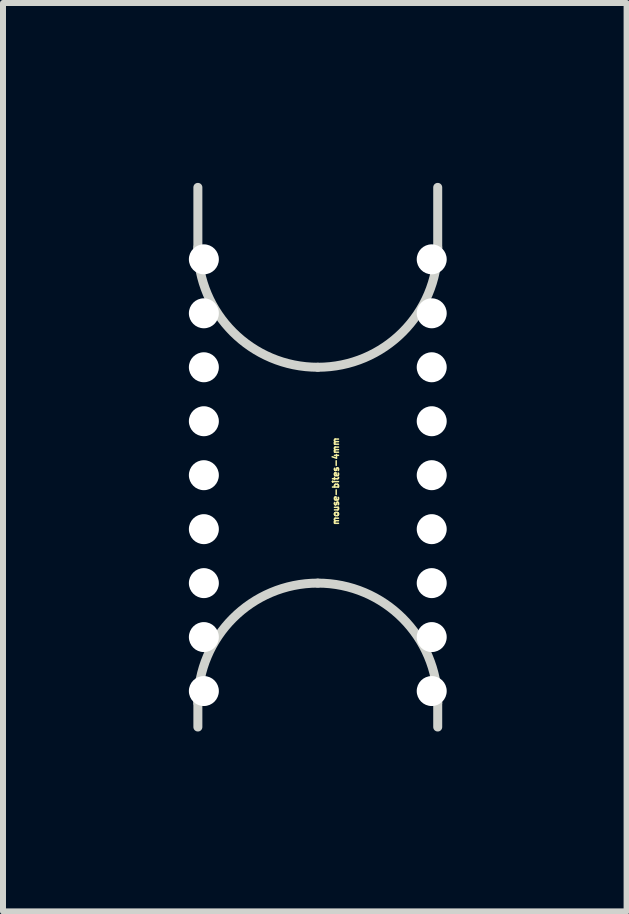
<source format=kicad_pcb>
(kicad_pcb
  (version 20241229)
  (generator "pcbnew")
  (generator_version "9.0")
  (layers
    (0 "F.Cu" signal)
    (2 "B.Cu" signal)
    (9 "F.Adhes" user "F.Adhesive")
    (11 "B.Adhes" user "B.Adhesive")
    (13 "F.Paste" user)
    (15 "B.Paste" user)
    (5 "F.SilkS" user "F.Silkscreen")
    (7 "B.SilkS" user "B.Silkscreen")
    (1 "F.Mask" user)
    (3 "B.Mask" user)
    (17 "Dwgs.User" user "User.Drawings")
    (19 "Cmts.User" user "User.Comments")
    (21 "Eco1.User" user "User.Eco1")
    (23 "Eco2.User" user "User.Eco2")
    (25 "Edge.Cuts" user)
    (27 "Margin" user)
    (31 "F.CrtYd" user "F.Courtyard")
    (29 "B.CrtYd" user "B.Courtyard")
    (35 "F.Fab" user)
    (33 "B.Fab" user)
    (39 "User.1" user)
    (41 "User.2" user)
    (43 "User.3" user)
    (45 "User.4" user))
  (footprint "mouse-bites-4mm"
    (layer "F.Cu")
    (at 0.25 3.075)
    (property "Reference" "mouse-bites-4mm" (at 2.3 1.9 90) (layer "F.SilkS") (effects (font (size 0.1 0.1) (thickness 0.025))))
    (attr through_hole)
    (fp_line (start 0 -2) (end 0 -3) (stroke (width 0.15) (type solid)) (layer "Edge.Cuts"))
    (fp_line (start 0 5.6) (end 0 6) (stroke (width 0.15) (type solid)) (layer "Edge.Cuts"))
    (fp_line (start 4 -2) (end 4 -3) (stroke (width 0.15) (type solid)) (layer "Edge.Cuts"))
    (fp_line (start 4 5.6) (end 4 6) (stroke (width 0.15) (type solid)) (layer "Edge.Cuts"))
    (fp_arc (start 0 5.6) (mid 0.585786 4.185786) (end 2 3.6) (stroke (width 0.15) (type solid)) (layer "Edge.Cuts"))
    (fp_arc (start 2 0) (mid 0.585786 -0.585786) (end 0 -2) (stroke (width 0.15) (type solid)) (layer "Edge.Cuts"))
    (fp_arc (start 2 3.6) (mid 3.414214 4.185786) (end 4 5.6) (stroke (width 0.15) (type solid)) (layer "Edge.Cuts"))
    (fp_arc (start 4 -2) (mid 3.414214 -0.585786) (end 2 0) (stroke (width 0.15) (type solid)) (layer "Edge.Cuts"))
    (pad "" np_thru_hole circle (at 0.1 -1.8) (size 0.5 0.5) (drill 0.5) (layers "*.Cu" "*.Mask"))
    (pad "" np_thru_hole circle (at 0.1 -0.9) (size 0.5 0.5) (drill 0.5) (layers "*.Cu" "*.Mask"))
    (pad "" np_thru_hole circle (at 0.1 0) (size 0.5 0.5) (drill 0.5) (layers "*.Cu" "*.Mask"))
    (pad "" np_thru_hole circle (at 0.1 0.9) (size 0.5 0.5) (drill 0.5) (layers "*.Cu" "*.Mask"))
    (pad "" np_thru_hole circle (at 0.1 1.8) (size 0.5 0.5) (drill 0.5) (layers "*.Cu" "*.Mask"))
    (pad "" np_thru_hole circle (at 0.1 2.7) (size 0.5 0.5) (drill 0.5) (layers "*.Cu" "*.Mask"))
    (pad "" np_thru_hole circle (at 0.1 3.6) (size 0.5 0.5) (drill 0.5) (layers "*.Cu" "*.Mask"))
    (pad "" np_thru_hole circle (at 0.1 4.5) (size 0.5 0.5) (drill 0.5) (layers "*.Cu" "*.Mask"))
    (pad "" np_thru_hole circle (at 0.1 5.4) (size 0.5 0.5) (drill 0.5) (layers "*.Cu" "*.Mask"))
    (pad "" np_thru_hole circle (at 3.9 -1.8) (size 0.5 0.5) (drill 0.5) (layers "*.Cu" "*.Mask"))
    (pad "" np_thru_hole circle (at 3.9 -0.9) (size 0.5 0.5) (drill 0.5) (layers "*.Cu" "*.Mask"))
    (pad "" np_thru_hole circle (at 3.9 0) (size 0.5 0.5) (drill 0.5) (layers "*.Cu" "*.Mask"))
    (pad "" np_thru_hole circle (at 3.9 0.9) (size 0.5 0.5) (drill 0.5) (layers "*.Cu" "*.Mask"))
    (pad "" np_thru_hole circle (at 3.9 1.8) (size 0.5 0.5) (drill 0.5) (layers "*.Cu" "*.Mask"))
    (pad "" np_thru_hole circle (at 3.9 2.7) (size 0.5 0.5) (drill 0.5) (layers "*.Cu" "*.Mask"))
    (pad "" np_thru_hole circle (at 3.9 3.6) (size 0.5 0.5) (drill 0.5) (layers "*.Cu" "*.Mask"))
    (pad "" np_thru_hole circle (at 3.9 4.5) (size 0.5 0.5) (drill 0.5) (layers "*.Cu" "*.Mask"))
    (pad "" np_thru_hole circle (at 3.9 5.4) (size 0.5 0.5) (drill 0.5) (layers "*.Cu" "*.Mask")))
  (gr_rect
    (start -3 -3)
    (end 7.4 12.15)
    (stroke (width 0.1) (type default))
    (fill no)
    (layer "Edge.Cuts")))
</source>
